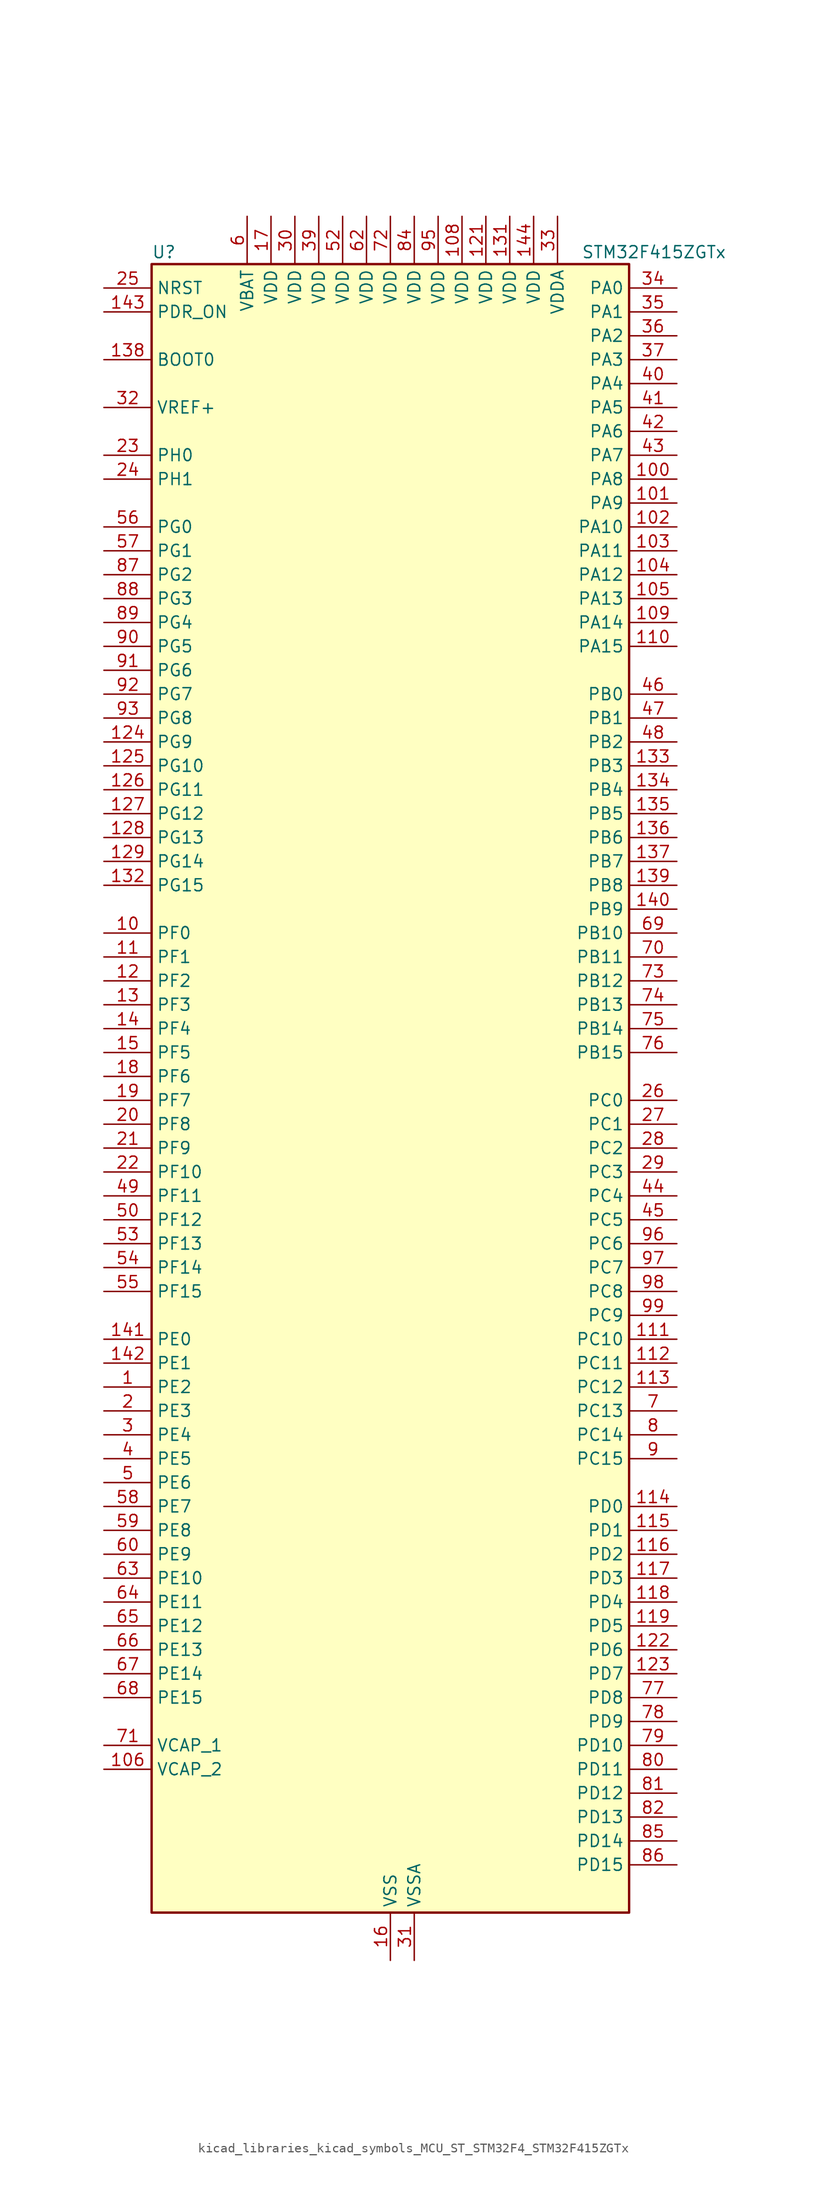
<source format=kicad_sym>
(kicad_symbol_lib
  (version 20220914)
  (generator kicad_symbol_editor)
  (symbol "kicad_libraries_kicad_symbols_MCU_ST_STM32F4_STM32F415ZGTx"
    (property "Reference" "U"
      (at -25.4 90.17 0)
      (effects (font (size 1.27 1.27)) (justify left)))
    (property "Value" "STM32F415ZGTx"
      (at 20.32 90.17 0)
      (effects (font (size 1.27 1.27)) (justify left)))
    (property "ki_locked" ""
      (at 0 0 0)
      (effects (font (size 1.27 1.27))))
    (symbol "kicad_libraries_kicad_symbols_MCU_ST_STM32F4_STM32F415ZGTx_0_1"
      (rectangle (start -25.4 -86.36) (end 25.4 88.9) (stroke (width 0.254) (type default)) (fill (type background))))
    (symbol "kicad_libraries_kicad_symbols_MCU_ST_STM32F4_STM32F415ZGTx_1_1"
      (pin bidirectional line (at -30.48 -30.48 0) (length 5.08) (name "PE2" (effects (font (size 1.27 1.27)))) (number "1" (effects (font (size 1.27 1.27)))) (alternate "FSMC_A23" bidirectional line) (alternate "SYS_TRACECLK" bidirectional line))
      (pin bidirectional line (at -30.48 17.78 0) (length 5.08) (name "PF0" (effects (font (size 1.27 1.27)))) (number "10" (effects (font (size 1.27 1.27)))) (alternate "FSMC_A0" bidirectional line) (alternate "I2C2_SDA" bidirectional line))
      (pin bidirectional line (at 30.48 66.04 180) (length 5.08) (name "PA8" (effects (font (size 1.27 1.27)))) (number "100" (effects (font (size 1.27 1.27)))) (alternate "I2C3_SCL" bidirectional line) (alternate "RCC_MCO_1" bidirectional line) (alternate "TIM1_CH1" bidirectional line) (alternate "USART1_CK" bidirectional line) (alternate "USB_OTG_FS_SOF" bidirectional line))
      (pin bidirectional line (at 30.48 63.5 180) (length 5.08) (name "PA9" (effects (font (size 1.27 1.27)))) (number "101" (effects (font (size 1.27 1.27)))) (alternate "DAC_EXTI9" bidirectional line) (alternate "I2C3_SMBA" bidirectional line) (alternate "TIM1_CH2" bidirectional line) (alternate "USART1_TX" bidirectional line) (alternate "USB_OTG_FS_VBUS" bidirectional line))
      (pin bidirectional line (at 30.48 60.96 180) (length 5.08) (name "PA10" (effects (font (size 1.27 1.27)))) (number "102" (effects (font (size 1.27 1.27)))) (alternate "TIM1_CH3" bidirectional line) (alternate "USART1_RX" bidirectional line) (alternate "USB_OTG_FS_ID" bidirectional line))
      (pin bidirectional line (at 30.48 58.42 180) (length 5.08) (name "PA11" (effects (font (size 1.27 1.27)))) (number "103" (effects (font (size 1.27 1.27)))) (alternate "ADC1_EXTI11" bidirectional line) (alternate "ADC2_EXTI11" bidirectional line) (alternate "ADC3_EXTI11" bidirectional line) (alternate "CAN1_RX" bidirectional line) (alternate "TIM1_CH4" bidirectional line) (alternate "USART1_CTS" bidirectional line) (alternate "USB_OTG_FS_DM" bidirectional line))
      (pin bidirectional line (at 30.48 55.88 180) (length 5.08) (name "PA12" (effects (font (size 1.27 1.27)))) (number "104" (effects (font (size 1.27 1.27)))) (alternate "CAN1_TX" bidirectional line) (alternate "TIM1_ETR" bidirectional line) (alternate "USART1_RTS" bidirectional line) (alternate "USB_OTG_FS_DP" bidirectional line))
      (pin bidirectional line (at 30.48 53.34 180) (length 5.08) (name "PA13" (effects (font (size 1.27 1.27)))) (number "105" (effects (font (size 1.27 1.27)))) (alternate "SYS_JTMS-SWDIO" bidirectional line))
      (pin power_out line (at -30.48 -71.12 0) (length 5.08) (name "VCAP_2" (effects (font (size 1.27 1.27)))) (number "106" (effects (font (size 1.27 1.27)))))
      (pin passive line (at 0 -91.44 90) (length 5.08) hide (name "VSS" (effects (font (size 1.27 1.27)))) (number "107" (effects (font (size 1.27 1.27)))))
      (pin power_in line (at 7.62 93.98 270) (length 5.08) (name "VDD" (effects (font (size 1.27 1.27)))) (number "108" (effects (font (size 1.27 1.27)))))
      (pin bidirectional line (at 30.48 50.8 180) (length 5.08) (name "PA14" (effects (font (size 1.27 1.27)))) (number "109" (effects (font (size 1.27 1.27)))) (alternate "SYS_JTCK-SWCLK" bidirectional line))
      (pin bidirectional line (at -30.48 15.24 0) (length 5.08) (name "PF1" (effects (font (size 1.27 1.27)))) (number "11" (effects (font (size 1.27 1.27)))) (alternate "FSMC_A1" bidirectional line) (alternate "I2C2_SCL" bidirectional line))
      (pin bidirectional line (at 30.48 48.26 180) (length 5.08) (name "PA15" (effects (font (size 1.27 1.27)))) (number "110" (effects (font (size 1.27 1.27)))) (alternate "ADC1_EXTI15" bidirectional line) (alternate "ADC2_EXTI15" bidirectional line) (alternate "ADC3_EXTI15" bidirectional line) (alternate "I2S3_WS" bidirectional line) (alternate "SPI1_NSS" bidirectional line) (alternate "SPI3_NSS" bidirectional line) (alternate "SYS_JTDI" bidirectional line) (alternate "TIM2_CH1" bidirectional line) (alternate "TIM2_ETR" bidirectional line))
      (pin bidirectional line (at 30.48 -25.4 180) (length 5.08) (name "PC10" (effects (font (size 1.27 1.27)))) (number "111" (effects (font (size 1.27 1.27)))) (alternate "I2S3_CK" bidirectional line) (alternate "SDIO_D2" bidirectional line) (alternate "SPI3_SCK" bidirectional line) (alternate "UART4_TX" bidirectional line) (alternate "USART3_TX" bidirectional line))
      (pin bidirectional line (at 30.48 -27.94 180) (length 5.08) (name "PC11" (effects (font (size 1.27 1.27)))) (number "112" (effects (font (size 1.27 1.27)))) (alternate "ADC1_EXTI11" bidirectional line) (alternate "ADC2_EXTI11" bidirectional line) (alternate "ADC3_EXTI11" bidirectional line) (alternate "I2S3_ext_SD" bidirectional line) (alternate "SDIO_D3" bidirectional line) (alternate "SPI3_MISO" bidirectional line) (alternate "UART4_RX" bidirectional line) (alternate "USART3_RX" bidirectional line))
      (pin bidirectional line (at 30.48 -30.48 180) (length 5.08) (name "PC12" (effects (font (size 1.27 1.27)))) (number "113" (effects (font (size 1.27 1.27)))) (alternate "I2S3_SD" bidirectional line) (alternate "SDIO_CK" bidirectional line) (alternate "SPI3_MOSI" bidirectional line) (alternate "UART5_TX" bidirectional line) (alternate "USART3_CK" bidirectional line))
      (pin bidirectional line (at 30.48 -43.18 180) (length 5.08) (name "PD0" (effects (font (size 1.27 1.27)))) (number "114" (effects (font (size 1.27 1.27)))) (alternate "CAN1_RX" bidirectional line) (alternate "FSMC_D2" bidirectional line) (alternate "FSMC_DA2" bidirectional line))
      (pin bidirectional line (at 30.48 -45.72 180) (length 5.08) (name "PD1" (effects (font (size 1.27 1.27)))) (number "115" (effects (font (size 1.27 1.27)))) (alternate "CAN1_TX" bidirectional line) (alternate "FSMC_D3" bidirectional line) (alternate "FSMC_DA3" bidirectional line))
      (pin bidirectional line (at 30.48 -48.26 180) (length 5.08) (name "PD2" (effects (font (size 1.27 1.27)))) (number "116" (effects (font (size 1.27 1.27)))) (alternate "SDIO_CMD" bidirectional line) (alternate "TIM3_ETR" bidirectional line) (alternate "UART5_RX" bidirectional line))
      (pin bidirectional line (at 30.48 -50.8 180) (length 5.08) (name "PD3" (effects (font (size 1.27 1.27)))) (number "117" (effects (font (size 1.27 1.27)))) (alternate "FSMC_CLK" bidirectional line) (alternate "USART2_CTS" bidirectional line))
      (pin bidirectional line (at 30.48 -53.34 180) (length 5.08) (name "PD4" (effects (font (size 1.27 1.27)))) (number "118" (effects (font (size 1.27 1.27)))) (alternate "FSMC_NOE" bidirectional line) (alternate "USART2_RTS" bidirectional line))
      (pin bidirectional line (at 30.48 -55.88 180) (length 5.08) (name "PD5" (effects (font (size 1.27 1.27)))) (number "119" (effects (font (size 1.27 1.27)))) (alternate "FSMC_NWE" bidirectional line) (alternate "USART2_TX" bidirectional line))
      (pin bidirectional line (at -30.48 12.7 0) (length 5.08) (name "PF2" (effects (font (size 1.27 1.27)))) (number "12" (effects (font (size 1.27 1.27)))) (alternate "FSMC_A2" bidirectional line) (alternate "I2C2_SMBA" bidirectional line))
      (pin passive line (at 0 -91.44 90) (length 5.08) hide (name "VSS" (effects (font (size 1.27 1.27)))) (number "120" (effects (font (size 1.27 1.27)))))
      (pin power_in line (at 10.16 93.98 270) (length 5.08) (name "VDD" (effects (font (size 1.27 1.27)))) (number "121" (effects (font (size 1.27 1.27)))))
      (pin bidirectional line (at 30.48 -58.42 180) (length 5.08) (name "PD6" (effects (font (size 1.27 1.27)))) (number "122" (effects (font (size 1.27 1.27)))) (alternate "FSMC_NWAIT" bidirectional line) (alternate "USART2_RX" bidirectional line))
      (pin bidirectional line (at 30.48 -60.96 180) (length 5.08) (name "PD7" (effects (font (size 1.27 1.27)))) (number "123" (effects (font (size 1.27 1.27)))) (alternate "FSMC_NCE2" bidirectional line) (alternate "FSMC_NE1" bidirectional line) (alternate "USART2_CK" bidirectional line))
      (pin bidirectional line (at -30.48 38.1 0) (length 5.08) (name "PG9" (effects (font (size 1.27 1.27)))) (number "124" (effects (font (size 1.27 1.27)))) (alternate "DAC_EXTI9" bidirectional line) (alternate "FSMC_NCE3" bidirectional line) (alternate "FSMC_NE2" bidirectional line) (alternate "USART6_RX" bidirectional line))
      (pin bidirectional line (at -30.48 35.56 0) (length 5.08) (name "PG10" (effects (font (size 1.27 1.27)))) (number "125" (effects (font (size 1.27 1.27)))) (alternate "FSMC_NCE4_1" bidirectional line) (alternate "FSMC_NE3" bidirectional line))
      (pin bidirectional line (at -30.48 33.02 0) (length 5.08) (name "PG11" (effects (font (size 1.27 1.27)))) (number "126" (effects (font (size 1.27 1.27)))) (alternate "ADC1_EXTI11" bidirectional line) (alternate "ADC2_EXTI11" bidirectional line) (alternate "ADC3_EXTI11" bidirectional line) (alternate "FSMC_NCE4_2" bidirectional line))
      (pin bidirectional line (at -30.48 30.48 0) (length 5.08) (name "PG12" (effects (font (size 1.27 1.27)))) (number "127" (effects (font (size 1.27 1.27)))) (alternate "FSMC_NE4" bidirectional line) (alternate "USART6_RTS" bidirectional line))
      (pin bidirectional line (at -30.48 27.94 0) (length 5.08) (name "PG13" (effects (font (size 1.27 1.27)))) (number "128" (effects (font (size 1.27 1.27)))) (alternate "FSMC_A24" bidirectional line) (alternate "USART6_CTS" bidirectional line))
      (pin bidirectional line (at -30.48 25.4 0) (length 5.08) (name "PG14" (effects (font (size 1.27 1.27)))) (number "129" (effects (font (size 1.27 1.27)))) (alternate "FSMC_A25" bidirectional line) (alternate "USART6_TX" bidirectional line))
      (pin bidirectional line (at -30.48 10.16 0) (length 5.08) (name "PF3" (effects (font (size 1.27 1.27)))) (number "13" (effects (font (size 1.27 1.27)))) (alternate "ADC3_IN9" bidirectional line) (alternate "FSMC_A3" bidirectional line))
      (pin passive line (at 0 -91.44 90) (length 5.08) hide (name "VSS" (effects (font (size 1.27 1.27)))) (number "130" (effects (font (size 1.27 1.27)))))
      (pin power_in line (at 12.7 93.98 270) (length 5.08) (name "VDD" (effects (font (size 1.27 1.27)))) (number "131" (effects (font (size 1.27 1.27)))))
      (pin bidirectional line (at -30.48 22.86 0) (length 5.08) (name "PG15" (effects (font (size 1.27 1.27)))) (number "132" (effects (font (size 1.27 1.27)))) (alternate "ADC1_EXTI15" bidirectional line) (alternate "ADC2_EXTI15" bidirectional line) (alternate "ADC3_EXTI15" bidirectional line) (alternate "USART6_CTS" bidirectional line))
      (pin bidirectional line (at 30.48 35.56 180) (length 5.08) (name "PB3" (effects (font (size 1.27 1.27)))) (number "133" (effects (font (size 1.27 1.27)))) (alternate "I2S3_CK" bidirectional line) (alternate "SPI1_SCK" bidirectional line) (alternate "SPI3_SCK" bidirectional line) (alternate "SYS_JTDO-SWO" bidirectional line) (alternate "TIM2_CH2" bidirectional line))
      (pin bidirectional line (at 30.48 33.02 180) (length 5.08) (name "PB4" (effects (font (size 1.27 1.27)))) (number "134" (effects (font (size 1.27 1.27)))) (alternate "I2S3_ext_SD" bidirectional line) (alternate "SPI1_MISO" bidirectional line) (alternate "SPI3_MISO" bidirectional line) (alternate "SYS_JTRST" bidirectional line) (alternate "TIM3_CH1" bidirectional line))
      (pin bidirectional line (at 30.48 30.48 180) (length 5.08) (name "PB5" (effects (font (size 1.27 1.27)))) (number "135" (effects (font (size 1.27 1.27)))) (alternate "CAN2_RX" bidirectional line) (alternate "I2C1_SMBA" bidirectional line) (alternate "I2S3_SD" bidirectional line) (alternate "SPI1_MOSI" bidirectional line) (alternate "SPI3_MOSI" bidirectional line) (alternate "TIM3_CH2" bidirectional line) (alternate "USB_OTG_HS_ULPI_D7" bidirectional line))
      (pin bidirectional line (at 30.48 27.94 180) (length 5.08) (name "PB6" (effects (font (size 1.27 1.27)))) (number "136" (effects (font (size 1.27 1.27)))) (alternate "CAN2_TX" bidirectional line) (alternate "I2C1_SCL" bidirectional line) (alternate "TIM4_CH1" bidirectional line) (alternate "USART1_TX" bidirectional line))
      (pin bidirectional line (at 30.48 25.4 180) (length 5.08) (name "PB7" (effects (font (size 1.27 1.27)))) (number "137" (effects (font (size 1.27 1.27)))) (alternate "FSMC_NL" bidirectional line) (alternate "I2C1_SDA" bidirectional line) (alternate "TIM4_CH2" bidirectional line) (alternate "USART1_RX" bidirectional line))
      (pin input line (at -30.48 78.74 0) (length 5.08) (name "BOOT0" (effects (font (size 1.27 1.27)))) (number "138" (effects (font (size 1.27 1.27)))))
      (pin bidirectional line (at 30.48 22.86 180) (length 5.08) (name "PB8" (effects (font (size 1.27 1.27)))) (number "139" (effects (font (size 1.27 1.27)))) (alternate "CAN1_RX" bidirectional line) (alternate "I2C1_SCL" bidirectional line) (alternate "SDIO_D4" bidirectional line) (alternate "TIM10_CH1" bidirectional line) (alternate "TIM4_CH3" bidirectional line))
      (pin bidirectional line (at -30.48 7.62 0) (length 5.08) (name "PF4" (effects (font (size 1.27 1.27)))) (number "14" (effects (font (size 1.27 1.27)))) (alternate "ADC3_IN14" bidirectional line) (alternate "FSMC_A4" bidirectional line))
      (pin bidirectional line (at 30.48 20.32 180) (length 5.08) (name "PB9" (effects (font (size 1.27 1.27)))) (number "140" (effects (font (size 1.27 1.27)))) (alternate "CAN1_TX" bidirectional line) (alternate "DAC_EXTI9" bidirectional line) (alternate "I2C1_SDA" bidirectional line) (alternate "I2S2_WS" bidirectional line) (alternate "SDIO_D5" bidirectional line) (alternate "SPI2_NSS" bidirectional line) (alternate "TIM11_CH1" bidirectional line) (alternate "TIM4_CH4" bidirectional line))
      (pin bidirectional line (at -30.48 -25.4 0) (length 5.08) (name "PE0" (effects (font (size 1.27 1.27)))) (number "141" (effects (font (size 1.27 1.27)))) (alternate "FSMC_NBL0" bidirectional line) (alternate "TIM4_ETR" bidirectional line))
      (pin bidirectional line (at -30.48 -27.94 0) (length 5.08) (name "PE1" (effects (font (size 1.27 1.27)))) (number "142" (effects (font (size 1.27 1.27)))) (alternate "FSMC_NBL1" bidirectional line))
      (pin input line (at -30.48 83.82 0) (length 5.08) (name "PDR_ON" (effects (font (size 1.27 1.27)))) (number "143" (effects (font (size 1.27 1.27)))))
      (pin power_in line (at 15.24 93.98 270) (length 5.08) (name "VDD" (effects (font (size 1.27 1.27)))) (number "144" (effects (font (size 1.27 1.27)))))
      (pin bidirectional line (at -30.48 5.08 0) (length 5.08) (name "PF5" (effects (font (size 1.27 1.27)))) (number "15" (effects (font (size 1.27 1.27)))) (alternate "ADC3_IN15" bidirectional line) (alternate "FSMC_A5" bidirectional line))
      (pin power_in line (at 0 -91.44 90) (length 5.08) (name "VSS" (effects (font (size 1.27 1.27)))) (number "16" (effects (font (size 1.27 1.27)))))
      (pin power_in line (at -12.7 93.98 270) (length 5.08) (name "VDD" (effects (font (size 1.27 1.27)))) (number "17" (effects (font (size 1.27 1.27)))))
      (pin bidirectional line (at -30.48 2.54 0) (length 5.08) (name "PF6" (effects (font (size 1.27 1.27)))) (number "18" (effects (font (size 1.27 1.27)))) (alternate "ADC3_IN4" bidirectional line) (alternate "FSMC_NIORD" bidirectional line) (alternate "TIM10_CH1" bidirectional line))
      (pin bidirectional line (at -30.48 0 0) (length 5.08) (name "PF7" (effects (font (size 1.27 1.27)))) (number "19" (effects (font (size 1.27 1.27)))) (alternate "ADC3_IN5" bidirectional line) (alternate "FSMC_NREG" bidirectional line) (alternate "TIM11_CH1" bidirectional line))
      (pin bidirectional line (at -30.48 -33.02 0) (length 5.08) (name "PE3" (effects (font (size 1.27 1.27)))) (number "2" (effects (font (size 1.27 1.27)))) (alternate "FSMC_A19" bidirectional line) (alternate "SYS_TRACED0" bidirectional line))
      (pin bidirectional line (at -30.48 -2.54 0) (length 5.08) (name "PF8" (effects (font (size 1.27 1.27)))) (number "20" (effects (font (size 1.27 1.27)))) (alternate "ADC3_IN6" bidirectional line) (alternate "FSMC_NIOWR" bidirectional line) (alternate "TIM13_CH1" bidirectional line))
      (pin bidirectional line (at -30.48 -5.08 0) (length 5.08) (name "PF9" (effects (font (size 1.27 1.27)))) (number "21" (effects (font (size 1.27 1.27)))) (alternate "ADC3_IN7" bidirectional line) (alternate "DAC_EXTI9" bidirectional line) (alternate "FSMC_CD" bidirectional line) (alternate "TIM14_CH1" bidirectional line))
      (pin bidirectional line (at -30.48 -7.62 0) (length 5.08) (name "PF10" (effects (font (size 1.27 1.27)))) (number "22" (effects (font (size 1.27 1.27)))) (alternate "ADC3_IN8" bidirectional line) (alternate "FSMC_INTR" bidirectional line))
      (pin bidirectional line (at -30.48 68.58 0) (length 5.08) (name "PH0" (effects (font (size 1.27 1.27)))) (number "23" (effects (font (size 1.27 1.27)))) (alternate "RCC_OSC_IN" bidirectional line))
      (pin bidirectional line (at -30.48 66.04 0) (length 5.08) (name "PH1" (effects (font (size 1.27 1.27)))) (number "24" (effects (font (size 1.27 1.27)))) (alternate "RCC_OSC_OUT" bidirectional line))
      (pin input line (at -30.48 86.36 0) (length 5.08) (name "NRST" (effects (font (size 1.27 1.27)))) (number "25" (effects (font (size 1.27 1.27)))))
      (pin bidirectional line (at 30.48 0 180) (length 5.08) (name "PC0" (effects (font (size 1.27 1.27)))) (number "26" (effects (font (size 1.27 1.27)))) (alternate "ADC1_IN10" bidirectional line) (alternate "ADC2_IN10" bidirectional line) (alternate "ADC3_IN10" bidirectional line) (alternate "USB_OTG_HS_ULPI_STP" bidirectional line))
      (pin bidirectional line (at 30.48 -2.54 180) (length 5.08) (name "PC1" (effects (font (size 1.27 1.27)))) (number "27" (effects (font (size 1.27 1.27)))) (alternate "ADC1_IN11" bidirectional line) (alternate "ADC2_IN11" bidirectional line) (alternate "ADC3_IN11" bidirectional line))
      (pin bidirectional line (at 30.48 -5.08 180) (length 5.08) (name "PC2" (effects (font (size 1.27 1.27)))) (number "28" (effects (font (size 1.27 1.27)))) (alternate "ADC1_IN12" bidirectional line) (alternate "ADC2_IN12" bidirectional line) (alternate "ADC3_IN12" bidirectional line) (alternate "I2S2_ext_SD" bidirectional line) (alternate "SPI2_MISO" bidirectional line) (alternate "USB_OTG_HS_ULPI_DIR" bidirectional line))
      (pin bidirectional line (at 30.48 -7.62 180) (length 5.08) (name "PC3" (effects (font (size 1.27 1.27)))) (number "29" (effects (font (size 1.27 1.27)))) (alternate "ADC1_IN13" bidirectional line) (alternate "ADC2_IN13" bidirectional line) (alternate "ADC3_IN13" bidirectional line) (alternate "I2S2_SD" bidirectional line) (alternate "SPI2_MOSI" bidirectional line) (alternate "USB_OTG_HS_ULPI_NXT" bidirectional line))
      (pin bidirectional line (at -30.48 -35.56 0) (length 5.08) (name "PE4" (effects (font (size 1.27 1.27)))) (number "3" (effects (font (size 1.27 1.27)))) (alternate "FSMC_A20" bidirectional line) (alternate "SYS_TRACED1" bidirectional line))
      (pin power_in line (at -10.16 93.98 270) (length 5.08) (name "VDD" (effects (font (size 1.27 1.27)))) (number "30" (effects (font (size 1.27 1.27)))))
      (pin power_in line (at 2.54 -91.44 90) (length 5.08) (name "VSSA" (effects (font (size 1.27 1.27)))) (number "31" (effects (font (size 1.27 1.27)))))
      (pin input line (at -30.48 73.66 0) (length 5.08) (name "VREF+" (effects (font (size 1.27 1.27)))) (number "32" (effects (font (size 1.27 1.27)))))
      (pin power_in line (at 17.78 93.98 270) (length 5.08) (name "VDDA" (effects (font (size 1.27 1.27)))) (number "33" (effects (font (size 1.27 1.27)))))
      (pin bidirectional line (at 30.48 86.36 180) (length 5.08) (name "PA0" (effects (font (size 1.27 1.27)))) (number "34" (effects (font (size 1.27 1.27)))) (alternate "ADC1_IN0" bidirectional line) (alternate "ADC2_IN0" bidirectional line) (alternate "ADC3_IN0" bidirectional line) (alternate "SYS_WKUP" bidirectional line) (alternate "TIM2_CH1" bidirectional line) (alternate "TIM2_ETR" bidirectional line) (alternate "TIM5_CH1" bidirectional line) (alternate "TIM8_ETR" bidirectional line) (alternate "UART4_TX" bidirectional line) (alternate "USART2_CTS" bidirectional line))
      (pin bidirectional line (at 30.48 83.82 180) (length 5.08) (name "PA1" (effects (font (size 1.27 1.27)))) (number "35" (effects (font (size 1.27 1.27)))) (alternate "ADC1_IN1" bidirectional line) (alternate "ADC2_IN1" bidirectional line) (alternate "ADC3_IN1" bidirectional line) (alternate "TIM2_CH2" bidirectional line) (alternate "TIM5_CH2" bidirectional line) (alternate "UART4_RX" bidirectional line) (alternate "USART2_RTS" bidirectional line))
      (pin bidirectional line (at 30.48 81.28 180) (length 5.08) (name "PA2" (effects (font (size 1.27 1.27)))) (number "36" (effects (font (size 1.27 1.27)))) (alternate "ADC1_IN2" bidirectional line) (alternate "ADC2_IN2" bidirectional line) (alternate "ADC3_IN2" bidirectional line) (alternate "TIM2_CH3" bidirectional line) (alternate "TIM5_CH3" bidirectional line) (alternate "TIM9_CH1" bidirectional line) (alternate "USART2_TX" bidirectional line))
      (pin bidirectional line (at 30.48 78.74 180) (length 5.08) (name "PA3" (effects (font (size 1.27 1.27)))) (number "37" (effects (font (size 1.27 1.27)))) (alternate "ADC1_IN3" bidirectional line) (alternate "ADC2_IN3" bidirectional line) (alternate "ADC3_IN3" bidirectional line) (alternate "TIM2_CH4" bidirectional line) (alternate "TIM5_CH4" bidirectional line) (alternate "TIM9_CH2" bidirectional line) (alternate "USART2_RX" bidirectional line) (alternate "USB_OTG_HS_ULPI_D0" bidirectional line))
      (pin passive line (at 0 -91.44 90) (length 5.08) hide (name "VSS" (effects (font (size 1.27 1.27)))) (number "38" (effects (font (size 1.27 1.27)))))
      (pin power_in line (at -7.62 93.98 270) (length 5.08) (name "VDD" (effects (font (size 1.27 1.27)))) (number "39" (effects (font (size 1.27 1.27)))))
      (pin bidirectional line (at -30.48 -38.1 0) (length 5.08) (name "PE5" (effects (font (size 1.27 1.27)))) (number "4" (effects (font (size 1.27 1.27)))) (alternate "FSMC_A21" bidirectional line) (alternate "SYS_TRACED2" bidirectional line) (alternate "TIM9_CH1" bidirectional line))
      (pin bidirectional line (at 30.48 76.2 180) (length 5.08) (name "PA4" (effects (font (size 1.27 1.27)))) (number "40" (effects (font (size 1.27 1.27)))) (alternate "ADC1_IN4" bidirectional line) (alternate "ADC2_IN4" bidirectional line) (alternate "DAC_OUT1" bidirectional line) (alternate "I2S3_WS" bidirectional line) (alternate "SPI1_NSS" bidirectional line) (alternate "SPI3_NSS" bidirectional line) (alternate "USART2_CK" bidirectional line) (alternate "USB_OTG_HS_SOF" bidirectional line))
      (pin bidirectional line (at 30.48 73.66 180) (length 5.08) (name "PA5" (effects (font (size 1.27 1.27)))) (number "41" (effects (font (size 1.27 1.27)))) (alternate "ADC1_IN5" bidirectional line) (alternate "ADC2_IN5" bidirectional line) (alternate "DAC_OUT2" bidirectional line) (alternate "SPI1_SCK" bidirectional line) (alternate "TIM2_CH1" bidirectional line) (alternate "TIM2_ETR" bidirectional line) (alternate "TIM8_CH1N" bidirectional line) (alternate "USB_OTG_HS_ULPI_CK" bidirectional line))
      (pin bidirectional line (at 30.48 71.12 180) (length 5.08) (name "PA6" (effects (font (size 1.27 1.27)))) (number "42" (effects (font (size 1.27 1.27)))) (alternate "ADC1_IN6" bidirectional line) (alternate "ADC2_IN6" bidirectional line) (alternate "SPI1_MISO" bidirectional line) (alternate "TIM13_CH1" bidirectional line) (alternate "TIM1_BKIN" bidirectional line) (alternate "TIM3_CH1" bidirectional line) (alternate "TIM8_BKIN" bidirectional line))
      (pin bidirectional line (at 30.48 68.58 180) (length 5.08) (name "PA7" (effects (font (size 1.27 1.27)))) (number "43" (effects (font (size 1.27 1.27)))) (alternate "ADC1_IN7" bidirectional line) (alternate "ADC2_IN7" bidirectional line) (alternate "SPI1_MOSI" bidirectional line) (alternate "TIM14_CH1" bidirectional line) (alternate "TIM1_CH1N" bidirectional line) (alternate "TIM3_CH2" bidirectional line) (alternate "TIM8_CH1N" bidirectional line))
      (pin bidirectional line (at 30.48 -10.16 180) (length 5.08) (name "PC4" (effects (font (size 1.27 1.27)))) (number "44" (effects (font (size 1.27 1.27)))) (alternate "ADC1_IN14" bidirectional line) (alternate "ADC2_IN14" bidirectional line))
      (pin bidirectional line (at 30.48 -12.7 180) (length 5.08) (name "PC5" (effects (font (size 1.27 1.27)))) (number "45" (effects (font (size 1.27 1.27)))) (alternate "ADC1_IN15" bidirectional line) (alternate "ADC2_IN15" bidirectional line))
      (pin bidirectional line (at 30.48 43.18 180) (length 5.08) (name "PB0" (effects (font (size 1.27 1.27)))) (number "46" (effects (font (size 1.27 1.27)))) (alternate "ADC1_IN8" bidirectional line) (alternate "ADC2_IN8" bidirectional line) (alternate "TIM1_CH2N" bidirectional line) (alternate "TIM3_CH3" bidirectional line) (alternate "TIM8_CH2N" bidirectional line) (alternate "USB_OTG_HS_ULPI_D1" bidirectional line))
      (pin bidirectional line (at 30.48 40.64 180) (length 5.08) (name "PB1" (effects (font (size 1.27 1.27)))) (number "47" (effects (font (size 1.27 1.27)))) (alternate "ADC1_IN9" bidirectional line) (alternate "ADC2_IN9" bidirectional line) (alternate "TIM1_CH3N" bidirectional line) (alternate "TIM3_CH4" bidirectional line) (alternate "TIM8_CH3N" bidirectional line) (alternate "USB_OTG_HS_ULPI_D2" bidirectional line))
      (pin bidirectional line (at 30.48 38.1 180) (length 5.08) (name "PB2" (effects (font (size 1.27 1.27)))) (number "48" (effects (font (size 1.27 1.27)))))
      (pin bidirectional line (at -30.48 -10.16 0) (length 5.08) (name "PF11" (effects (font (size 1.27 1.27)))) (number "49" (effects (font (size 1.27 1.27)))) (alternate "ADC1_EXTI11" bidirectional line) (alternate "ADC2_EXTI11" bidirectional line) (alternate "ADC3_EXTI11" bidirectional line))
      (pin bidirectional line (at -30.48 -40.64 0) (length 5.08) (name "PE6" (effects (font (size 1.27 1.27)))) (number "5" (effects (font (size 1.27 1.27)))) (alternate "FSMC_A22" bidirectional line) (alternate "SYS_TRACED3" bidirectional line) (alternate "TIM9_CH2" bidirectional line))
      (pin bidirectional line (at -30.48 -12.7 0) (length 5.08) (name "PF12" (effects (font (size 1.27 1.27)))) (number "50" (effects (font (size 1.27 1.27)))) (alternate "FSMC_A6" bidirectional line))
      (pin passive line (at 0 -91.44 90) (length 5.08) hide (name "VSS" (effects (font (size 1.27 1.27)))) (number "51" (effects (font (size 1.27 1.27)))))
      (pin power_in line (at -5.08 93.98 270) (length 5.08) (name "VDD" (effects (font (size 1.27 1.27)))) (number "52" (effects (font (size 1.27 1.27)))))
      (pin bidirectional line (at -30.48 -15.24 0) (length 5.08) (name "PF13" (effects (font (size 1.27 1.27)))) (number "53" (effects (font (size 1.27 1.27)))) (alternate "FSMC_A7" bidirectional line))
      (pin bidirectional line (at -30.48 -17.78 0) (length 5.08) (name "PF14" (effects (font (size 1.27 1.27)))) (number "54" (effects (font (size 1.27 1.27)))) (alternate "FSMC_A8" bidirectional line))
      (pin bidirectional line (at -30.48 -20.32 0) (length 5.08) (name "PF15" (effects (font (size 1.27 1.27)))) (number "55" (effects (font (size 1.27 1.27)))) (alternate "ADC1_EXTI15" bidirectional line) (alternate "ADC2_EXTI15" bidirectional line) (alternate "ADC3_EXTI15" bidirectional line) (alternate "FSMC_A9" bidirectional line))
      (pin bidirectional line (at -30.48 60.96 0) (length 5.08) (name "PG0" (effects (font (size 1.27 1.27)))) (number "56" (effects (font (size 1.27 1.27)))) (alternate "FSMC_A10" bidirectional line))
      (pin bidirectional line (at -30.48 58.42 0) (length 5.08) (name "PG1" (effects (font (size 1.27 1.27)))) (number "57" (effects (font (size 1.27 1.27)))) (alternate "FSMC_A11" bidirectional line))
      (pin bidirectional line (at -30.48 -43.18 0) (length 5.08) (name "PE7" (effects (font (size 1.27 1.27)))) (number "58" (effects (font (size 1.27 1.27)))) (alternate "FSMC_D4" bidirectional line) (alternate "FSMC_DA4" bidirectional line) (alternate "TIM1_ETR" bidirectional line))
      (pin bidirectional line (at -30.48 -45.72 0) (length 5.08) (name "PE8" (effects (font (size 1.27 1.27)))) (number "59" (effects (font (size 1.27 1.27)))) (alternate "FSMC_D5" bidirectional line) (alternate "FSMC_DA5" bidirectional line) (alternate "TIM1_CH1N" bidirectional line))
      (pin power_in line (at -15.24 93.98 270) (length 5.08) (name "VBAT" (effects (font (size 1.27 1.27)))) (number "6" (effects (font (size 1.27 1.27)))))
      (pin bidirectional line (at -30.48 -48.26 0) (length 5.08) (name "PE9" (effects (font (size 1.27 1.27)))) (number "60" (effects (font (size 1.27 1.27)))) (alternate "DAC_EXTI9" bidirectional line) (alternate "FSMC_D6" bidirectional line) (alternate "FSMC_DA6" bidirectional line) (alternate "TIM1_CH1" bidirectional line))
      (pin passive line (at 0 -91.44 90) (length 5.08) hide (name "VSS" (effects (font (size 1.27 1.27)))) (number "61" (effects (font (size 1.27 1.27)))))
      (pin power_in line (at -2.54 93.98 270) (length 5.08) (name "VDD" (effects (font (size 1.27 1.27)))) (number "62" (effects (font (size 1.27 1.27)))))
      (pin bidirectional line (at -30.48 -50.8 0) (length 5.08) (name "PE10" (effects (font (size 1.27 1.27)))) (number "63" (effects (font (size 1.27 1.27)))) (alternate "FSMC_D7" bidirectional line) (alternate "FSMC_DA7" bidirectional line) (alternate "TIM1_CH2N" bidirectional line))
      (pin bidirectional line (at -30.48 -53.34 0) (length 5.08) (name "PE11" (effects (font (size 1.27 1.27)))) (number "64" (effects (font (size 1.27 1.27)))) (alternate "ADC1_EXTI11" bidirectional line) (alternate "ADC2_EXTI11" bidirectional line) (alternate "ADC3_EXTI11" bidirectional line) (alternate "FSMC_D8" bidirectional line) (alternate "FSMC_DA8" bidirectional line) (alternate "TIM1_CH2" bidirectional line))
      (pin bidirectional line (at -30.48 -55.88 0) (length 5.08) (name "PE12" (effects (font (size 1.27 1.27)))) (number "65" (effects (font (size 1.27 1.27)))) (alternate "FSMC_D9" bidirectional line) (alternate "FSMC_DA9" bidirectional line) (alternate "TIM1_CH3N" bidirectional line))
      (pin bidirectional line (at -30.48 -58.42 0) (length 5.08) (name "PE13" (effects (font (size 1.27 1.27)))) (number "66" (effects (font (size 1.27 1.27)))) (alternate "FSMC_D10" bidirectional line) (alternate "FSMC_DA10" bidirectional line) (alternate "TIM1_CH3" bidirectional line))
      (pin bidirectional line (at -30.48 -60.96 0) (length 5.08) (name "PE14" (effects (font (size 1.27 1.27)))) (number "67" (effects (font (size 1.27 1.27)))) (alternate "FSMC_D11" bidirectional line) (alternate "FSMC_DA11" bidirectional line) (alternate "TIM1_CH4" bidirectional line))
      (pin bidirectional line (at -30.48 -63.5 0) (length 5.08) (name "PE15" (effects (font (size 1.27 1.27)))) (number "68" (effects (font (size 1.27 1.27)))) (alternate "ADC1_EXTI15" bidirectional line) (alternate "ADC2_EXTI15" bidirectional line) (alternate "ADC3_EXTI15" bidirectional line) (alternate "FSMC_D12" bidirectional line) (alternate "FSMC_DA12" bidirectional line) (alternate "TIM1_BKIN" bidirectional line))
      (pin bidirectional line (at 30.48 17.78 180) (length 5.08) (name "PB10" (effects (font (size 1.27 1.27)))) (number "69" (effects (font (size 1.27 1.27)))) (alternate "I2C2_SCL" bidirectional line) (alternate "I2S2_CK" bidirectional line) (alternate "SPI2_SCK" bidirectional line) (alternate "TIM2_CH3" bidirectional line) (alternate "USART3_TX" bidirectional line) (alternate "USB_OTG_HS_ULPI_D3" bidirectional line))
      (pin bidirectional line (at 30.48 -33.02 180) (length 5.08) (name "PC13" (effects (font (size 1.27 1.27)))) (number "7" (effects (font (size 1.27 1.27)))) (alternate "RTC_AF1" bidirectional line))
      (pin bidirectional line (at 30.48 15.24 180) (length 5.08) (name "PB11" (effects (font (size 1.27 1.27)))) (number "70" (effects (font (size 1.27 1.27)))) (alternate "ADC1_EXTI11" bidirectional line) (alternate "ADC2_EXTI11" bidirectional line) (alternate "ADC3_EXTI11" bidirectional line) (alternate "I2C2_SDA" bidirectional line) (alternate "TIM2_CH4" bidirectional line) (alternate "USART3_RX" bidirectional line) (alternate "USB_OTG_HS_ULPI_D4" bidirectional line))
      (pin power_out line (at -30.48 -68.58 0) (length 5.08) (name "VCAP_1" (effects (font (size 1.27 1.27)))) (number "71" (effects (font (size 1.27 1.27)))))
      (pin power_in line (at 0 93.98 270) (length 5.08) (name "VDD" (effects (font (size 1.27 1.27)))) (number "72" (effects (font (size 1.27 1.27)))))
      (pin bidirectional line (at 30.48 12.7 180) (length 5.08) (name "PB12" (effects (font (size 1.27 1.27)))) (number "73" (effects (font (size 1.27 1.27)))) (alternate "CAN2_RX" bidirectional line) (alternate "I2C2_SMBA" bidirectional line) (alternate "I2S2_WS" bidirectional line) (alternate "SPI2_NSS" bidirectional line) (alternate "TIM1_BKIN" bidirectional line) (alternate "USART3_CK" bidirectional line) (alternate "USB_OTG_HS_ID" bidirectional line) (alternate "USB_OTG_HS_ULPI_D5" bidirectional line))
      (pin bidirectional line (at 30.48 10.16 180) (length 5.08) (name "PB13" (effects (font (size 1.27 1.27)))) (number "74" (effects (font (size 1.27 1.27)))) (alternate "CAN2_TX" bidirectional line) (alternate "I2S2_CK" bidirectional line) (alternate "SPI2_SCK" bidirectional line) (alternate "TIM1_CH1N" bidirectional line) (alternate "USART3_CTS" bidirectional line) (alternate "USB_OTG_HS_ULPI_D6" bidirectional line) (alternate "USB_OTG_HS_VBUS" bidirectional line))
      (pin bidirectional line (at 30.48 7.62 180) (length 5.08) (name "PB14" (effects (font (size 1.27 1.27)))) (number "75" (effects (font (size 1.27 1.27)))) (alternate "I2S2_ext_SD" bidirectional line) (alternate "SPI2_MISO" bidirectional line) (alternate "TIM12_CH1" bidirectional line) (alternate "TIM1_CH2N" bidirectional line) (alternate "TIM8_CH2N" bidirectional line) (alternate "USART3_RTS" bidirectional line) (alternate "USB_OTG_HS_DM" bidirectional line))
      (pin bidirectional line (at 30.48 5.08 180) (length 5.08) (name "PB15" (effects (font (size 1.27 1.27)))) (number "76" (effects (font (size 1.27 1.27)))) (alternate "ADC1_EXTI15" bidirectional line) (alternate "ADC2_EXTI15" bidirectional line) (alternate "ADC3_EXTI15" bidirectional line) (alternate "I2S2_SD" bidirectional line) (alternate "RTC_REFIN" bidirectional line) (alternate "SPI2_MOSI" bidirectional line) (alternate "TIM12_CH2" bidirectional line) (alternate "TIM1_CH3N" bidirectional line) (alternate "TIM8_CH3N" bidirectional line) (alternate "USB_OTG_HS_DP" bidirectional line))
      (pin bidirectional line (at 30.48 -63.5 180) (length 5.08) (name "PD8" (effects (font (size 1.27 1.27)))) (number "77" (effects (font (size 1.27 1.27)))) (alternate "FSMC_D13" bidirectional line) (alternate "FSMC_DA13" bidirectional line) (alternate "USART3_TX" bidirectional line))
      (pin bidirectional line (at 30.48 -66.04 180) (length 5.08) (name "PD9" (effects (font (size 1.27 1.27)))) (number "78" (effects (font (size 1.27 1.27)))) (alternate "DAC_EXTI9" bidirectional line) (alternate "FSMC_D14" bidirectional line) (alternate "FSMC_DA14" bidirectional line) (alternate "USART3_RX" bidirectional line))
      (pin bidirectional line (at 30.48 -68.58 180) (length 5.08) (name "PD10" (effects (font (size 1.27 1.27)))) (number "79" (effects (font (size 1.27 1.27)))) (alternate "FSMC_D15" bidirectional line) (alternate "FSMC_DA15" bidirectional line) (alternate "USART3_CK" bidirectional line))
      (pin bidirectional line (at 30.48 -35.56 180) (length 5.08) (name "PC14" (effects (font (size 1.27 1.27)))) (number "8" (effects (font (size 1.27 1.27)))) (alternate "RCC_OSC32_IN" bidirectional line))
      (pin bidirectional line (at 30.48 -71.12 180) (length 5.08) (name "PD11" (effects (font (size 1.27 1.27)))) (number "80" (effects (font (size 1.27 1.27)))) (alternate "ADC1_EXTI11" bidirectional line) (alternate "ADC2_EXTI11" bidirectional line) (alternate "ADC3_EXTI11" bidirectional line) (alternate "FSMC_A16" bidirectional line) (alternate "FSMC_CLE" bidirectional line) (alternate "USART3_CTS" bidirectional line))
      (pin bidirectional line (at 30.48 -73.66 180) (length 5.08) (name "PD12" (effects (font (size 1.27 1.27)))) (number "81" (effects (font (size 1.27 1.27)))) (alternate "FSMC_A17" bidirectional line) (alternate "FSMC_ALE" bidirectional line) (alternate "TIM4_CH1" bidirectional line) (alternate "USART3_RTS" bidirectional line))
      (pin bidirectional line (at 30.48 -76.2 180) (length 5.08) (name "PD13" (effects (font (size 1.27 1.27)))) (number "82" (effects (font (size 1.27 1.27)))) (alternate "FSMC_A18" bidirectional line) (alternate "TIM4_CH2" bidirectional line))
      (pin passive line (at 0 -91.44 90) (length 5.08) hide (name "VSS" (effects (font (size 1.27 1.27)))) (number "83" (effects (font (size 1.27 1.27)))))
      (pin power_in line (at 2.54 93.98 270) (length 5.08) (name "VDD" (effects (font (size 1.27 1.27)))) (number "84" (effects (font (size 1.27 1.27)))))
      (pin bidirectional line (at 30.48 -78.74 180) (length 5.08) (name "PD14" (effects (font (size 1.27 1.27)))) (number "85" (effects (font (size 1.27 1.27)))) (alternate "FSMC_D0" bidirectional line) (alternate "FSMC_DA0" bidirectional line) (alternate "TIM4_CH3" bidirectional line))
      (pin bidirectional line (at 30.48 -81.28 180) (length 5.08) (name "PD15" (effects (font (size 1.27 1.27)))) (number "86" (effects (font (size 1.27 1.27)))) (alternate "ADC1_EXTI15" bidirectional line) (alternate "ADC2_EXTI15" bidirectional line) (alternate "ADC3_EXTI15" bidirectional line) (alternate "FSMC_D1" bidirectional line) (alternate "FSMC_DA1" bidirectional line) (alternate "TIM4_CH4" bidirectional line))
      (pin bidirectional line (at -30.48 55.88 0) (length 5.08) (name "PG2" (effects (font (size 1.27 1.27)))) (number "87" (effects (font (size 1.27 1.27)))) (alternate "FSMC_A12" bidirectional line))
      (pin bidirectional line (at -30.48 53.34 0) (length 5.08) (name "PG3" (effects (font (size 1.27 1.27)))) (number "88" (effects (font (size 1.27 1.27)))) (alternate "FSMC_A13" bidirectional line))
      (pin bidirectional line (at -30.48 50.8 0) (length 5.08) (name "PG4" (effects (font (size 1.27 1.27)))) (number "89" (effects (font (size 1.27 1.27)))) (alternate "FSMC_A14" bidirectional line))
      (pin bidirectional line (at 30.48 -38.1 180) (length 5.08) (name "PC15" (effects (font (size 1.27 1.27)))) (number "9" (effects (font (size 1.27 1.27)))) (alternate "ADC1_EXTI15" bidirectional line) (alternate "ADC2_EXTI15" bidirectional line) (alternate "ADC3_EXTI15" bidirectional line) (alternate "RCC_OSC32_OUT" bidirectional line))
      (pin bidirectional line (at -30.48 48.26 0) (length 5.08) (name "PG5" (effects (font (size 1.27 1.27)))) (number "90" (effects (font (size 1.27 1.27)))) (alternate "FSMC_A15" bidirectional line))
      (pin bidirectional line (at -30.48 45.72 0) (length 5.08) (name "PG6" (effects (font (size 1.27 1.27)))) (number "91" (effects (font (size 1.27 1.27)))) (alternate "FSMC_INT2" bidirectional line))
      (pin bidirectional line (at -30.48 43.18 0) (length 5.08) (name "PG7" (effects (font (size 1.27 1.27)))) (number "92" (effects (font (size 1.27 1.27)))) (alternate "FSMC_INT3" bidirectional line) (alternate "USART6_CK" bidirectional line))
      (pin bidirectional line (at -30.48 40.64 0) (length 5.08) (name "PG8" (effects (font (size 1.27 1.27)))) (number "93" (effects (font (size 1.27 1.27)))) (alternate "USART6_RTS" bidirectional line))
      (pin passive line (at 0 -91.44 90) (length 5.08) hide (name "VSS" (effects (font (size 1.27 1.27)))) (number "94" (effects (font (size 1.27 1.27)))))
      (pin power_in line (at 5.08 93.98 270) (length 5.08) (name "VDD" (effects (font (size 1.27 1.27)))) (number "95" (effects (font (size 1.27 1.27)))))
      (pin bidirectional line (at 30.48 -15.24 180) (length 5.08) (name "PC6" (effects (font (size 1.27 1.27)))) (number "96" (effects (font (size 1.27 1.27)))) (alternate "I2S2_MCK" bidirectional line) (alternate "SDIO_D6" bidirectional line) (alternate "TIM3_CH1" bidirectional line) (alternate "TIM8_CH1" bidirectional line) (alternate "USART6_TX" bidirectional line))
      (pin bidirectional line (at 30.48 -17.78 180) (length 5.08) (name "PC7" (effects (font (size 1.27 1.27)))) (number "97" (effects (font (size 1.27 1.27)))) (alternate "I2S3_MCK" bidirectional line) (alternate "SDIO_D7" bidirectional line) (alternate "TIM3_CH2" bidirectional line) (alternate "TIM8_CH2" bidirectional line) (alternate "USART6_RX" bidirectional line))
      (pin bidirectional line (at 30.48 -20.32 180) (length 5.08) (name "PC8" (effects (font (size 1.27 1.27)))) (number "98" (effects (font (size 1.27 1.27)))) (alternate "SDIO_D0" bidirectional line) (alternate "TIM3_CH3" bidirectional line) (alternate "TIM8_CH3" bidirectional line) (alternate "USART6_CK" bidirectional line))
      (pin bidirectional line (at 30.48 -22.86 180) (length 5.08) (name "PC9" (effects (font (size 1.27 1.27)))) (number "99" (effects (font (size 1.27 1.27)))) (alternate "DAC_EXTI9" bidirectional line) (alternate "I2C3_SDA" bidirectional line) (alternate "I2S_CKIN" bidirectional line) (alternate "RCC_MCO_2" bidirectional line) (alternate "SDIO_D1" bidirectional line) (alternate "TIM3_CH4" bidirectional line) (alternate "TIM8_CH4" bidirectional line)))))
</source>
